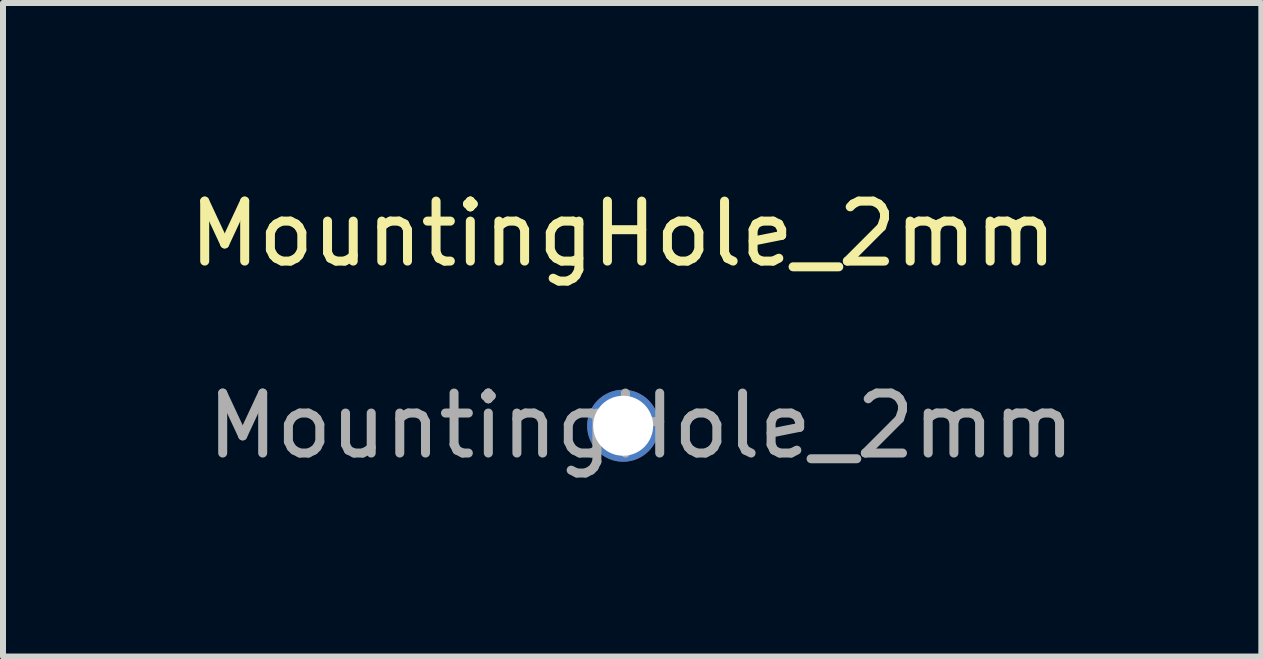
<source format=kicad_pcb>
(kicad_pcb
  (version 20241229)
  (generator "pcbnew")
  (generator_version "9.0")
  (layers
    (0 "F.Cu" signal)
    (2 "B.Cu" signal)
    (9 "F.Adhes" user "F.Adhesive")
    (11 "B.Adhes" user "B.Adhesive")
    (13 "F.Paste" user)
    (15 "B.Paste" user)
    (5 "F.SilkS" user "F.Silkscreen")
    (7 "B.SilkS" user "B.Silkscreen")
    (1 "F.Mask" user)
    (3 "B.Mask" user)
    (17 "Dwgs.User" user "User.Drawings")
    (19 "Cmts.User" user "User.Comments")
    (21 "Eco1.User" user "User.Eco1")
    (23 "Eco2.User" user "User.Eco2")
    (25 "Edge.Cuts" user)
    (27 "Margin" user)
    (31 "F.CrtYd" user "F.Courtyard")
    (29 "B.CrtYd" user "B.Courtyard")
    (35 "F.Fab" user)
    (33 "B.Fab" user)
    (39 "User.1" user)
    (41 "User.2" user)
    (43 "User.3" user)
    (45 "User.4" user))
  (footprint "MountingHole_2mm"
    (layer "F.Cu")
    (at 7.339 4.048)
    (property "Reference" "MountingHole_2mm" (at 0 -3.2 0) (layer "F.SilkS") (effects (font (size 1 1) (thickness 0.15))))
    (attr exclude_from_pos_files exclude_from_bom)
    (fp_text user "${REFERENCE}" (at 0.3 0 0) (layer "F.Fab") (effects (font (size 1 1) (thickness 0.15))))
    (pad "" np_thru_hole circle (at 0 0) (size 1.2 1.2) (drill 1) (layers "*.Cu" "*.Mask")))
  (gr_rect
    (start -3 -3)
    (end 17.979 7.896)
    (stroke (width 0.1) (type default))
    (fill no)
    (layer "Edge.Cuts")))
</source>
